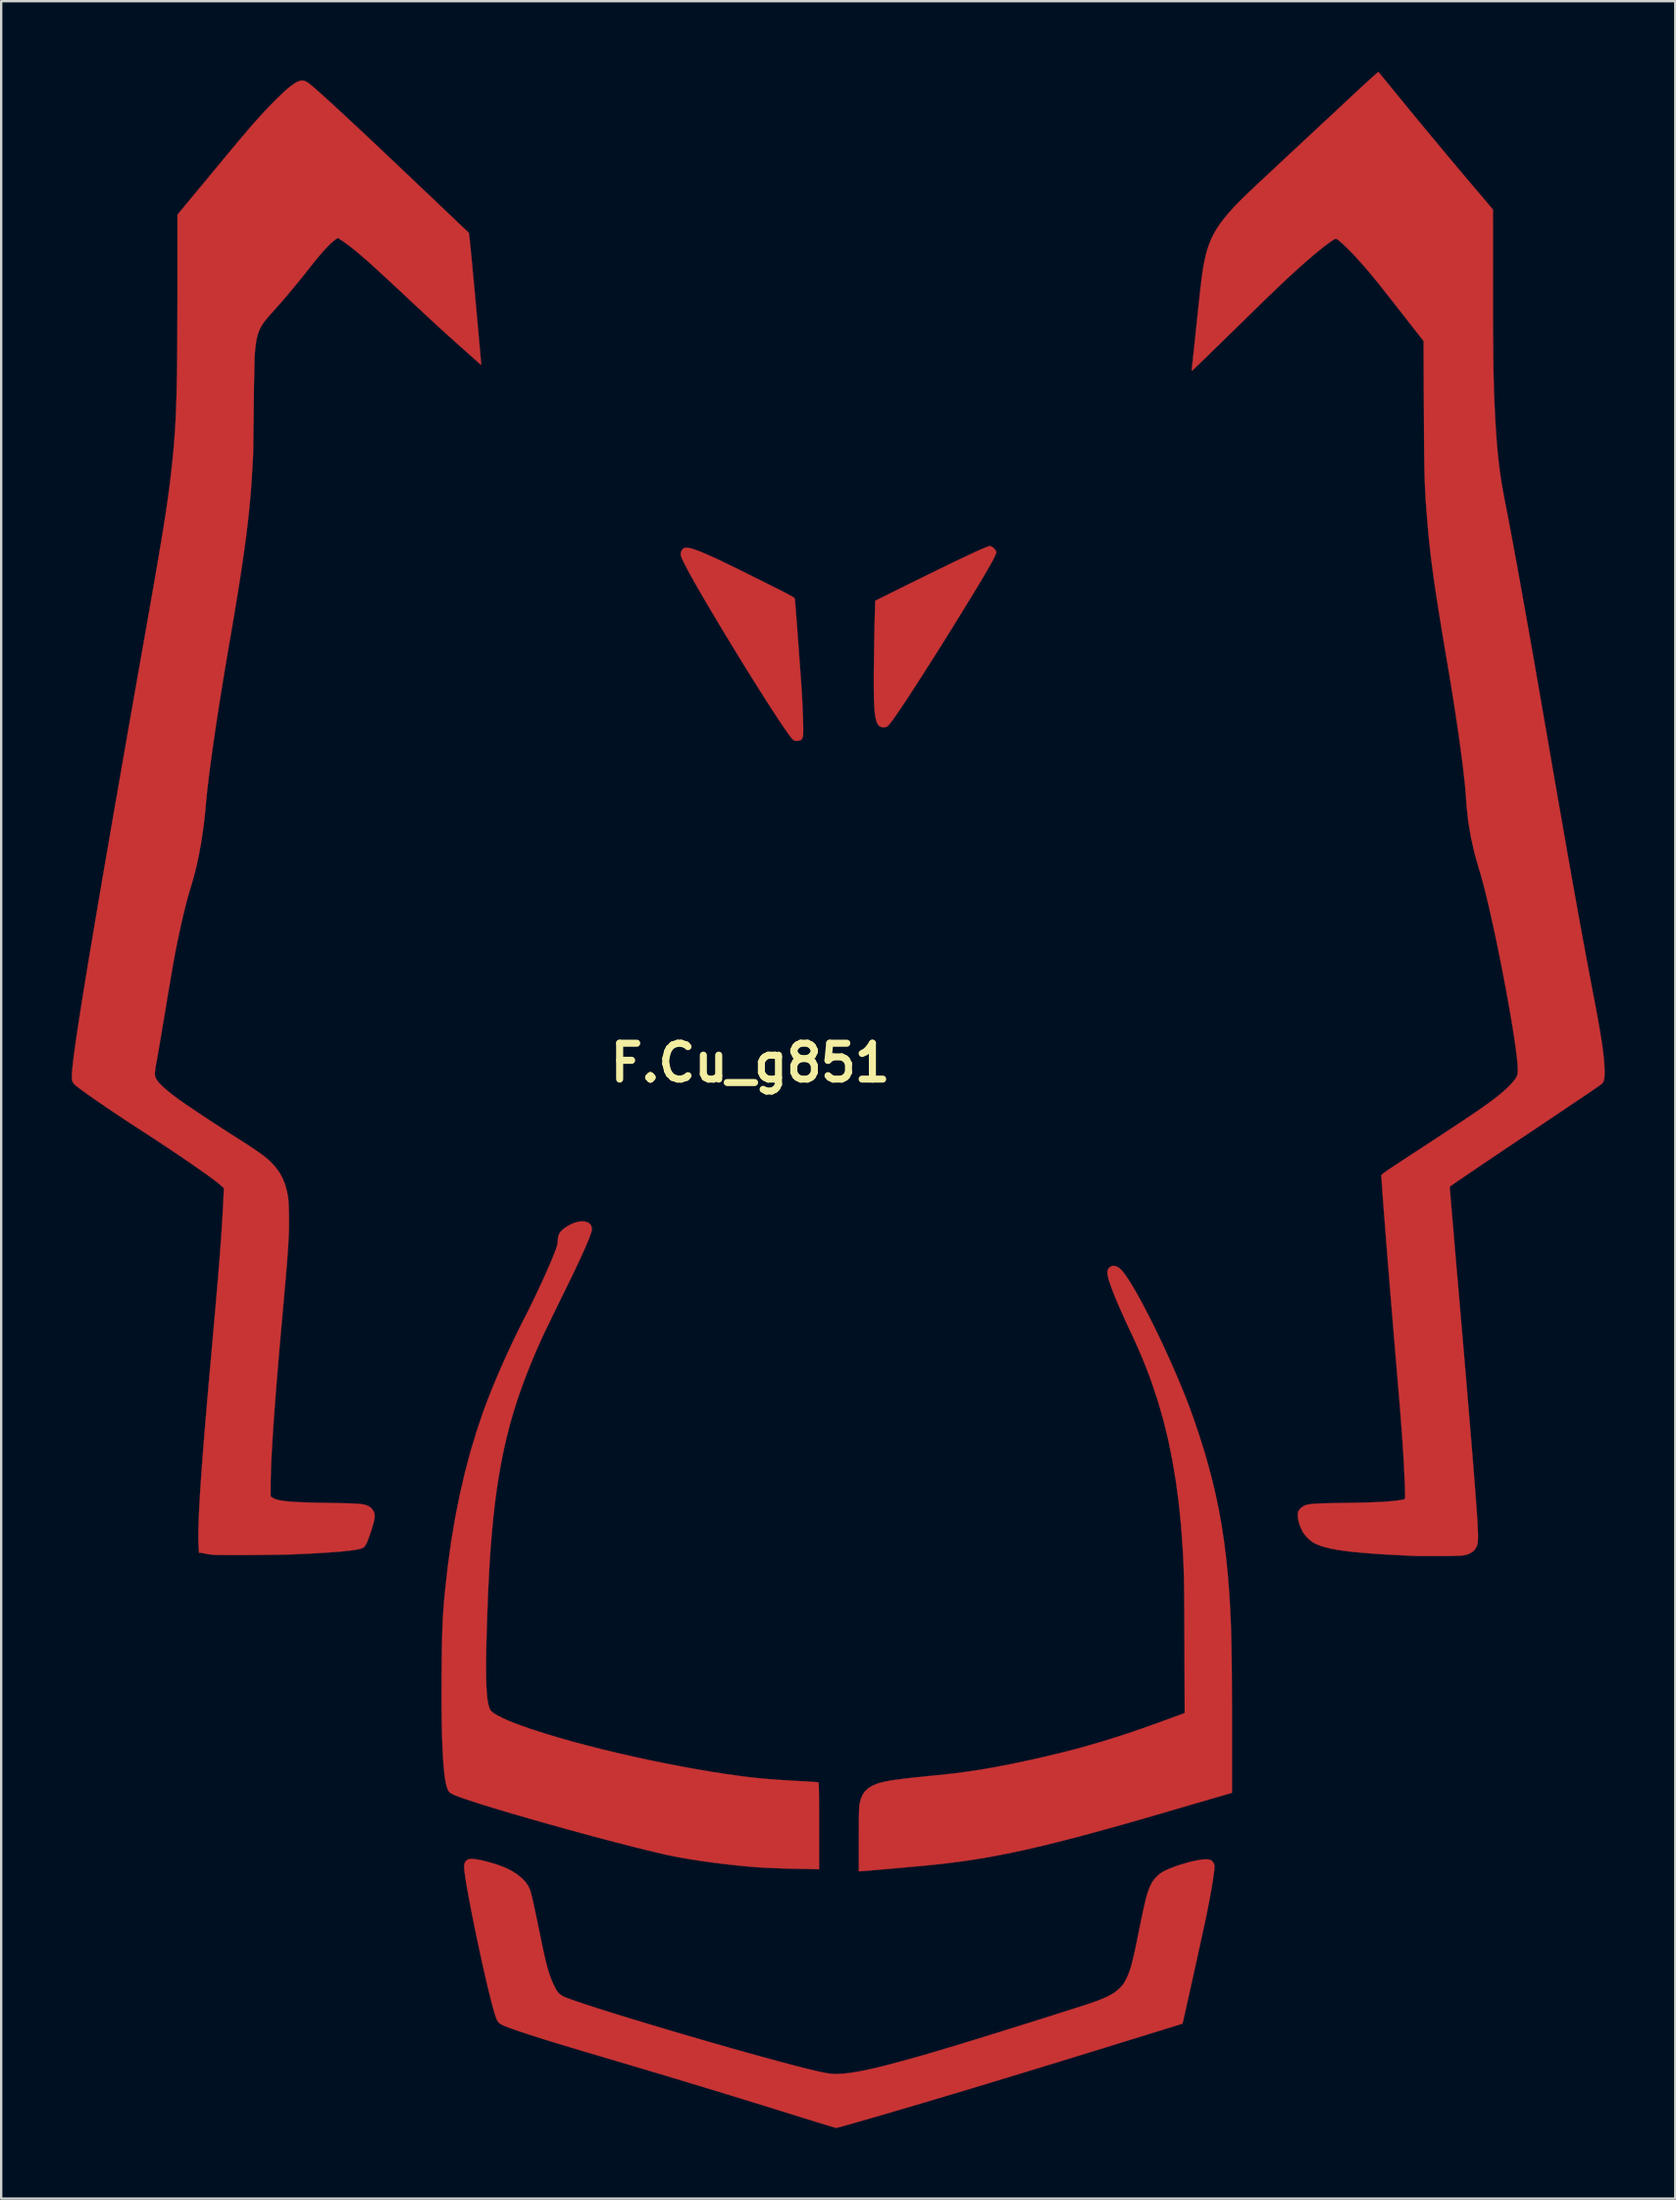
<source format=kicad_pcb>
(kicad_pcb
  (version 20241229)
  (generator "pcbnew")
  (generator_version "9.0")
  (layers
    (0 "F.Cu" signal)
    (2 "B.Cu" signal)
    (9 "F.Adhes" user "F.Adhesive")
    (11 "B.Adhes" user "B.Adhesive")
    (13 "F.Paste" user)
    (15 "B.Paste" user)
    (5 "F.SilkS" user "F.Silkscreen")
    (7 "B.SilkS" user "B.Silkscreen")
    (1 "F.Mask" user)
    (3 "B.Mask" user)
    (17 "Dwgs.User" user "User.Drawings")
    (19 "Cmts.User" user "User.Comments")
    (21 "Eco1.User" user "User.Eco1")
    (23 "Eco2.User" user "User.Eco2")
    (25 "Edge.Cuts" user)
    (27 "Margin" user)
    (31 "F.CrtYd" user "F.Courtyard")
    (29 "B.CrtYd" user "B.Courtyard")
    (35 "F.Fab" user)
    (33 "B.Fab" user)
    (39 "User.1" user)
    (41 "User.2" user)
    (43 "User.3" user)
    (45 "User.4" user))
  (footprint "F.Cu_g851"
    (layer "F.Cu")
    (at 28.834 42.09)
    (property "Reference" "F.Cu_g851" (at 0 0 0) (layer "F.SilkS") (effects (font (size 1.524 1.524) (thickness 0.3))))
    (attr through_hole)
    (fp_poly (pts (xy 10.24 -21.934) (xy 10.305 -21.892) (xy 10.369 -21.835) (xy 10.422 -21.773) (xy 10.452 -21.716) (xy 10.456 -21.693) (xy 10.447 -21.651) (xy 10.42 -21.581) (xy 10.381 -21.493) (xy 10.334 -21.396) (xy 10.333 -21.394) (xy 10.267 -21.272) (xy 10.18 -21.117) (xy 10.074 -20.932) (xy 9.949 -20.719) (xy 9.808 -20.481) (xy 9.652 -20.221) (xy 9.482 -19.941) (xy 9.301 -19.643) (xy 9.11 -19.331) (xy 8.911 -19.007) (xy 8.705 -18.674) (xy 8.493 -18.334) (xy 8.278 -17.989) (xy 8.061 -17.643) (xy 7.844 -17.299) (xy 7.628 -16.958) (xy 7.414 -16.623) (xy 7.206 -16.297) (xy 7.003 -15.983) (xy 6.933 -15.875) (xy 6.737 -15.575) (xy 6.563 -15.309) (xy 6.408 -15.077) (xy 6.273 -14.878) (xy 6.156 -14.709) (xy 6.056 -14.57) (xy 5.972 -14.459) (xy 5.904 -14.375) (xy 5.851 -14.317) (xy 5.811 -14.283) (xy 5.801 -14.278) (xy 5.703 -14.249) (xy 5.598 -14.253) (xy 5.507 -14.288) (xy 5.458 -14.327) (xy 5.416 -14.383) (xy 5.378 -14.458) (xy 5.347 -14.555) (xy 5.32 -14.675) (xy 5.298 -14.822) (xy 5.28 -14.997) (xy 5.267 -15.203) (xy 5.257 -15.442) (xy 5.251 -15.718) (xy 5.249 -16.031) (xy 5.248 -16.277) (xy 5.249 -16.431) (xy 5.25 -16.609) (xy 5.252 -16.807) (xy 5.255 -17.021) (xy 5.258 -17.247) (xy 5.262 -17.482) (xy 5.266 -17.722) (xy 5.27 -17.964) (xy 5.275 -18.202) (xy 5.279 -18.435) (xy 5.284 -18.657) (xy 5.289 -18.866) (xy 5.294 -19.057) (xy 5.298 -19.227) (xy 5.303 -19.372) (xy 5.307 -19.488) (xy 5.31 -19.572) (xy 5.313 -19.619) (xy 5.315 -19.629) (xy 5.335 -19.639) (xy 5.39 -19.666) (xy 5.477 -19.71) (xy 5.593 -19.767) (xy 5.736 -19.838) (xy 5.902 -19.92) (xy 6.088 -20.012) (xy 6.292 -20.113) (xy 6.511 -20.222) (xy 6.742 -20.336) (xy 6.795 -20.362) (xy 7.257 -20.59) (xy 7.683 -20.799) (xy 8.073 -20.99) (xy 8.428 -21.162) (xy 8.747 -21.316) (xy 9.033 -21.452) (xy 9.286 -21.572) (xy 9.506 -21.674) (xy 9.694 -21.759) (xy 9.851 -21.829) (xy 9.979 -21.882) (xy 10.076 -21.92) (xy 10.145 -21.942) (xy 10.185 -21.95) (xy 10.186 -21.95) (xy 10.24 -21.934)) (stroke (width 0.01) (type solid)) (fill yes) (layer "F.Cu"))
    (fp_poly (pts (xy -2.641 -21.877) (xy -2.505 -21.847) (xy -2.454 -21.832) (xy -2.347 -21.796) (xy -2.23 -21.753) (xy -2.099 -21.702) (xy -1.953 -21.641) (xy -1.79 -21.57) (xy -1.606 -21.488) (xy -1.401 -21.393) (xy -1.172 -21.284) (xy -0.916 -21.161) (xy -0.632 -21.023) (xy -0.318 -20.868) (xy 0.03 -20.695) (xy 0.413 -20.504) (xy 0.449 -20.486) (xy 0.716 -20.353) (xy 0.947 -20.237) (xy 1.146 -20.137) (xy 1.314 -20.052) (xy 1.455 -19.98) (xy 1.571 -19.92) (xy 1.663 -19.871) (xy 1.736 -19.832) (xy 1.791 -19.8) (xy 1.831 -19.775) (xy 1.858 -19.754) (xy 1.876 -19.738) (xy 1.886 -19.724) (xy 1.891 -19.711) (xy 1.893 -19.7) (xy 1.896 -19.669) (xy 1.902 -19.6) (xy 1.91 -19.495) (xy 1.921 -19.359) (xy 1.934 -19.194) (xy 1.949 -19.006) (xy 1.965 -18.797) (xy 1.982 -18.57) (xy 2 -18.33) (xy 2.019 -18.08) (xy 2.038 -17.823) (xy 2.057 -17.564) (xy 2.076 -17.305) (xy 2.095 -17.05) (xy 2.113 -16.803) (xy 2.13 -16.568) (xy 2.146 -16.347) (xy 2.148 -16.32) (xy 2.17 -16.002) (xy 2.19 -15.686) (xy 2.207 -15.38) (xy 2.221 -15.088) (xy 2.233 -14.818) (xy 2.241 -14.575) (xy 2.246 -14.366) (xy 2.247 -14.297) (xy 2.248 -14.151) (xy 2.247 -14.041) (xy 2.245 -13.96) (xy 2.24 -13.901) (xy 2.233 -13.858) (xy 2.222 -13.823) (xy 2.207 -13.79) (xy 2.206 -13.788) (xy 2.17 -13.73) (xy 2.131 -13.701) (xy 2.081 -13.687) (xy 1.981 -13.675) (xy 1.909 -13.677) (xy 1.855 -13.698) (xy 1.805 -13.738) (xy 1.8 -13.742) (xy 1.743 -13.807) (xy 1.666 -13.907) (xy 1.571 -14.038) (xy 1.458 -14.199) (xy 1.33 -14.387) (xy 1.187 -14.601) (xy 1.032 -14.837) (xy 0.865 -15.094) (xy 0.688 -15.37) (xy 0.503 -15.661) (xy 0.31 -15.966) (xy 0.111 -16.283) (xy -0.092 -16.609) (xy -0.299 -16.942) (xy -0.507 -17.28) (xy -0.715 -17.62) (xy -0.922 -17.96) (xy -1.127 -18.298) (xy -1.327 -18.631) (xy -1.523 -18.958) (xy -1.711 -19.275) (xy -1.892 -19.582) (xy -2.063 -19.875) (xy -2.223 -20.152) (xy -2.37 -20.411) (xy -2.504 -20.649) (xy -2.623 -20.865) (xy -2.725 -21.056) (xy -2.809 -21.219) (xy -2.828 -21.259) (xy -2.888 -21.384) (xy -2.928 -21.48) (xy -2.951 -21.555) (xy -2.957 -21.617) (xy -2.95 -21.674) (xy -2.934 -21.724) (xy -2.89 -21.805) (xy -2.829 -21.857) (xy -2.747 -21.881) (xy -2.641 -21.877)) (stroke (width 0.01) (type solid)) (fill yes) (layer "F.Cu"))
    (fp_poly (pts (xy 15.527 8.631) (xy 15.636 8.682) (xy 15.746 8.772) (xy 15.798 8.828) (xy 15.904 8.962) (xy 16.023 9.132) (xy 16.154 9.335) (xy 16.296 9.57) (xy 16.447 9.833) (xy 16.605 10.12) (xy 16.77 10.429) (xy 16.94 10.758) (xy 17.113 11.102) (xy 17.289 11.46) (xy 17.465 11.828) (xy 17.64 12.204) (xy 17.813 12.584) (xy 17.982 12.965) (xy 18.146 13.345) (xy 18.304 13.72) (xy 18.453 14.088) (xy 18.594 14.446) (xy 18.723 14.79) (xy 18.813 15.039) (xy 19.048 15.728) (xy 19.261 16.397) (xy 19.452 17.052) (xy 19.624 17.699) (xy 19.776 18.342) (xy 19.911 18.988) (xy 20.028 19.641) (xy 20.129 20.306) (xy 20.215 20.99) (xy 20.287 21.696) (xy 20.346 22.432) (xy 20.392 23.201) (xy 20.404 23.442) (xy 20.414 23.667) (xy 20.423 23.906) (xy 20.431 24.16) (xy 20.438 24.432) (xy 20.444 24.725) (xy 20.45 25.04) (xy 20.455 25.381) (xy 20.459 25.749) (xy 20.462 26.146) (xy 20.464 26.576) (xy 20.466 27.039) (xy 20.467 27.54) (xy 20.468 28.079) (xy 20.468 28.322) (xy 20.468 31) (xy 19.764 31.205) (xy 19.603 31.252) (xy 19.409 31.309) (xy 19.188 31.373) (xy 18.948 31.443) (xy 18.696 31.517) (xy 18.439 31.592) (xy 18.185 31.666) (xy 17.94 31.738) (xy 17.896 31.751) (xy 17.175 31.961) (xy 16.492 32.158) (xy 15.844 32.342) (xy 15.23 32.514) (xy 14.647 32.674) (xy 14.093 32.823) (xy 13.566 32.962) (xy 13.064 33.09) (xy 12.584 33.209) (xy 12.124 33.318) (xy 11.683 33.419) (xy 11.257 33.511) (xy 10.845 33.596) (xy 10.444 33.674) (xy 10.053 33.745) (xy 9.669 33.809) (xy 9.289 33.868) (xy 8.912 33.922) (xy 8.536 33.971) (xy 8.158 34.016) (xy 7.776 34.057) (xy 7.567 34.077) (xy 7.427 34.091) (xy 7.262 34.106) (xy 7.076 34.123) (xy 6.875 34.142) (xy 6.662 34.161) (xy 6.44 34.181) (xy 6.215 34.201) (xy 5.991 34.221) (xy 5.771 34.241) (xy 5.559 34.259) (xy 5.361 34.276) (xy 5.18 34.292) (xy 5.021 34.305) (xy 4.887 34.317) (xy 4.782 34.325) (xy 4.711 34.33) (xy 4.679 34.332) (xy 4.614 34.332) (xy 4.614 32.991) (xy 4.614 32.708) (xy 4.615 32.463) (xy 4.616 32.254) (xy 4.617 32.078) (xy 4.619 31.93) (xy 4.622 31.808) (xy 4.625 31.708) (xy 4.629 31.626) (xy 4.634 31.56) (xy 4.64 31.506) (xy 4.647 31.462) (xy 4.699 31.253) (xy 4.777 31.074) (xy 4.886 30.923) (xy 5.026 30.797) (xy 5.201 30.692) (xy 5.373 30.62) (xy 5.473 30.587) (xy 5.587 30.556) (xy 5.718 30.526) (xy 5.869 30.497) (xy 6.043 30.468) (xy 6.242 30.439) (xy 6.47 30.409) (xy 6.728 30.379) (xy 7.021 30.347) (xy 7.35 30.313) (xy 7.705 30.278) (xy 8.175 30.231) (xy 8.623 30.18) (xy 9.055 30.125) (xy 9.48 30.065) (xy 9.905 29.997) (xy 10.338 29.922) (xy 10.788 29.837) (xy 11.261 29.742) (xy 11.765 29.635) (xy 11.822 29.623) (xy 12.453 29.481) (xy 13.057 29.338) (xy 13.642 29.19) (xy 14.216 29.035) (xy 14.786 28.871) (xy 15.358 28.697) (xy 15.94 28.51) (xy 16.539 28.307) (xy 17.163 28.087) (xy 17.628 27.918) (xy 18.461 27.612) (xy 18.451 24.723) (xy 18.449 24.291) (xy 18.447 23.899) (xy 18.446 23.543) (xy 18.444 23.221) (xy 18.442 22.929) (xy 18.44 22.665) (xy 18.437 22.425) (xy 18.434 22.206) (xy 18.431 22.007) (xy 18.427 21.822) (xy 18.422 21.651) (xy 18.417 21.489) (xy 18.412 21.333) (xy 18.405 21.182) (xy 18.398 21.031) (xy 18.39 20.877) (xy 18.381 20.719) (xy 18.372 20.563) (xy 18.3 19.583) (xy 18.202 18.634) (xy 18.078 17.718) (xy 17.928 16.833) (xy 17.752 15.978) (xy 17.549 15.153) (xy 17.319 14.356) (xy 17.063 13.586) (xy 17.063 13.585) (xy 16.938 13.243) (xy 16.81 12.91) (xy 16.676 12.578) (xy 16.531 12.239) (xy 16.374 11.883) (xy 16.199 11.503) (xy 16.136 11.37) (xy 15.938 10.944) (xy 15.762 10.554) (xy 15.608 10.2) (xy 15.476 9.882) (xy 15.366 9.599) (xy 15.278 9.351) (xy 15.253 9.277) (xy 15.204 9.106) (xy 15.179 8.966) (xy 15.178 8.854) (xy 15.202 8.766) (xy 15.251 8.698) (xy 15.325 8.646) (xy 15.423 8.619) (xy 15.527 8.631)) (stroke (width 0.01) (type solid)) (fill yes) (layer "F.Cu"))
    (fp_poly (pts (xy -6.955 6.756) (xy -6.857 6.804) (xy -6.786 6.878) (xy -6.773 6.902) (xy -6.746 6.97) (xy -6.732 7.037) (xy -6.731 7.049) (xy -6.738 7.109) (xy -6.759 7.193) (xy -6.794 7.302) (xy -6.844 7.438) (xy -6.91 7.601) (xy -6.992 7.793) (xy -7.09 8.014) (xy -7.205 8.266) (xy -7.337 8.549) (xy -7.487 8.866) (xy -7.656 9.216) (xy -7.843 9.602) (xy -8.05 10.023) (xy -8.086 10.097) (xy -8.197 10.323) (xy -8.307 10.548) (xy -8.415 10.768) (xy -8.516 10.978) (xy -8.611 11.172) (xy -8.695 11.347) (xy -8.767 11.499) (xy -8.826 11.622) (xy -8.867 11.711) (xy -8.869 11.716) (xy -9.11 12.257) (xy -9.333 12.787) (xy -9.541 13.31) (xy -9.733 13.829) (xy -9.91 14.346) (xy -10.073 14.865) (xy -10.222 15.388) (xy -10.358 15.919) (xy -10.481 16.46) (xy -10.593 17.015) (xy -10.693 17.586) (xy -10.783 18.176) (xy -10.863 18.789) (xy -10.934 19.427) (xy -10.995 20.093) (xy -11.049 20.791) (xy -11.095 21.522) (xy -11.134 22.291) (xy -11.154 22.765) (xy -11.174 23.3) (xy -11.192 23.794) (xy -11.206 24.249) (xy -11.217 24.667) (xy -11.224 25.049) (xy -11.229 25.397) (xy -11.23 25.712) (xy -11.229 25.997) (xy -11.224 26.251) (xy -11.216 26.478) (xy -11.205 26.679) (xy -11.19 26.855) (xy -11.173 27.008) (xy -11.157 27.111) (xy -11.129 27.258) (xy -11.098 27.371) (xy -11.061 27.457) (xy -11.012 27.527) (xy -10.947 27.587) (xy -10.876 27.637) (xy -10.72 27.728) (xy -10.528 27.825) (xy -10.298 27.928) (xy -10.029 28.037) (xy -9.72 28.152) (xy -9.371 28.274) (xy -9.236 28.319) (xy -8.716 28.487) (xy -8.158 28.655) (xy -7.569 28.822) (xy -6.952 28.987) (xy -6.313 29.15) (xy -5.657 29.308) (xy -4.989 29.461) (xy -4.314 29.608) (xy -3.638 29.747) (xy -2.964 29.877) (xy -2.3 29.998) (xy -1.648 30.108) (xy -1.015 30.206) (xy -0.405 30.291) (xy -0.265 30.309) (xy -0.024 30.338) (xy 0.215 30.365) (xy 0.459 30.389) (xy 0.715 30.412) (xy 0.99 30.433) (xy 1.288 30.454) (xy 1.618 30.475) (xy 1.894 30.491) (xy 2.094 30.502) (xy 2.281 30.513) (xy 2.451 30.524) (xy 2.599 30.533) (xy 2.722 30.541) (xy 2.816 30.548) (xy 2.874 30.552) (xy 2.895 30.555) (xy 2.899 30.564) (xy 2.904 30.591) (xy 2.907 30.638) (xy 2.91 30.706) (xy 2.913 30.799) (xy 2.915 30.917) (xy 2.917 31.064) (xy 2.919 31.242) (xy 2.92 31.453) (xy 2.92 31.698) (xy 2.921 31.981) (xy 2.921 32.304) (xy 2.921 32.406) (xy 2.921 34.248) (xy 2.82 34.244) (xy 2.777 34.243) (xy 2.697 34.241) (xy 2.584 34.239) (xy 2.446 34.236) (xy 2.286 34.232) (xy 2.11 34.229) (xy 1.924 34.225) (xy 1.894 34.225) (xy 1.538 34.217) (xy 1.216 34.207) (xy 0.923 34.196) (xy 0.652 34.183) (xy 0.395 34.168) (xy 0.145 34.15) (xy -0.105 34.129) (xy -0.212 34.119) (xy -0.719 34.068) (xy -1.215 34.012) (xy -1.696 33.951) (xy -2.156 33.886) (xy -2.589 33.818) (xy -2.992 33.748) (xy -3.36 33.676) (xy -3.471 33.653) (xy -3.764 33.587) (xy -4.092 33.51) (xy -4.452 33.423) (xy -4.84 33.327) (xy -5.251 33.223) (xy -5.684 33.111) (xy -6.132 32.994) (xy -6.593 32.871) (xy -7.063 32.745) (xy -7.538 32.615) (xy -8.014 32.484) (xy -8.487 32.352) (xy -8.954 32.22) (xy -9.411 32.09) (xy -9.853 31.962) (xy -10.278 31.837) (xy -10.681 31.717) (xy -11.058 31.603) (xy -11.406 31.495) (xy -11.721 31.394) (xy -11.999 31.303) (xy -12.023 31.295) (xy -12.221 31.227) (xy -12.383 31.169) (xy -12.513 31.119) (xy -12.616 31.075) (xy -12.694 31.035) (xy -12.753 30.997) (xy -12.796 30.958) (xy -12.828 30.918) (xy -12.847 30.884) (xy -12.89 30.775) (xy -12.93 30.624) (xy -12.966 30.43) (xy -12.998 30.196) (xy -13.026 29.919) (xy -13.051 29.601) (xy -13.072 29.24) (xy -13.089 28.838) (xy -13.102 28.394) (xy -13.112 27.907) (xy -13.118 27.379) (xy -13.12 26.809) (xy -13.118 26.196) (xy -13.117 26.048) (xy -13.114 25.633) (xy -13.11 25.257) (xy -13.105 24.915) (xy -13.099 24.602) (xy -13.092 24.314) (xy -13.084 24.048) (xy -13.074 23.799) (xy -13.062 23.562) (xy -13.048 23.334) (xy -13.033 23.11) (xy -13.015 22.886) (xy -12.994 22.657) (xy -12.973 22.437) (xy -12.853 21.363) (xy -12.709 20.324) (xy -12.54 19.317) (xy -12.346 18.342) (xy -12.127 17.397) (xy -11.883 16.481) (xy -11.613 15.594) (xy -11.352 14.827) (xy -11.171 14.34) (xy -10.968 13.827) (xy -10.748 13.297) (xy -10.513 12.757) (xy -10.268 12.216) (xy -10.017 11.682) (xy -9.762 11.163) (xy -9.609 10.863) (xy -9.47 10.591) (xy -9.327 10.303) (xy -9.182 10.004) (xy -9.037 9.701) (xy -8.896 9.398) (xy -8.76 9.101) (xy -8.633 8.816) (xy -8.516 8.549) (xy -8.413 8.303) (xy -8.325 8.086) (xy -8.275 7.957) (xy -8.234 7.841) (xy -8.207 7.751) (xy -8.191 7.673) (xy -8.183 7.593) (xy -8.18 7.542) (xy -8.166 7.395) (xy -8.129 7.275) (xy -8.065 7.173) (xy -7.978 7.085) (xy -7.829 6.972) (xy -7.674 6.879) (xy -7.516 6.808) (xy -7.36 6.76) (xy -7.211 6.734) (xy -7.075 6.733) (xy -6.955 6.756)) (stroke (width 0.01) (type solid)) (fill yes) (layer "F.Cu"))
    (fp_poly (pts (xy -11.684 33.821) (xy -11.524 33.847) (xy -11.341 33.886) (xy -11.139 33.937) (xy -10.924 34) (xy -10.698 34.072) (xy -10.636 34.094) (xy -10.373 34.198) (xy -10.13 34.322) (xy -9.912 34.462) (xy -9.722 34.614) (xy -9.565 34.775) (xy -9.445 34.944) (xy -9.426 34.979) (xy -9.407 35.016) (xy -9.389 35.053) (xy -9.372 35.095) (xy -9.354 35.144) (xy -9.336 35.203) (xy -9.316 35.274) (xy -9.294 35.359) (xy -9.269 35.462) (xy -9.24 35.585) (xy -9.208 35.731) (xy -9.171 35.903) (xy -9.128 36.103) (xy -9.08 36.333) (xy -9.025 36.597) (xy -8.963 36.897) (xy -8.893 37.236) (xy -8.892 37.243) (xy -8.828 37.547) (xy -8.77 37.815) (xy -8.717 38.049) (xy -8.666 38.256) (xy -8.618 38.438) (xy -8.57 38.601) (xy -8.521 38.75) (xy -8.47 38.887) (xy -8.416 39.019) (xy -8.357 39.15) (xy -8.325 39.218) (xy -8.249 39.361) (xy -8.174 39.47) (xy -8.091 39.555) (xy -7.992 39.623) (xy -7.867 39.683) (xy -7.811 39.705) (xy -7.627 39.773) (xy -7.405 39.851) (xy -7.148 39.938) (xy -6.858 40.034) (xy -6.538 40.137) (xy -6.191 40.248) (xy -5.819 40.364) (xy -5.426 40.486) (xy -5.013 40.613) (xy -4.585 40.743) (xy -4.142 40.876) (xy -3.689 41.011) (xy -3.228 41.148) (xy -2.761 41.285) (xy -2.291 41.422) (xy -1.822 41.558) (xy -1.355 41.692) (xy -0.894 41.824) (xy -0.442 41.952) (xy 0.000077 42.075) (xy 0.428 42.194) (xy 0.84 42.307) (xy 1.232 42.413) (xy 1.603 42.512) (xy 1.948 42.603) (xy 2.267 42.685) (xy 2.555 42.756) (xy 2.811 42.817) (xy 2.9 42.838) (xy 3.027 42.865) (xy 3.162 42.891) (xy 3.288 42.913) (xy 3.387 42.928) (xy 3.516 42.939) (xy 3.658 42.943) (xy 3.814 42.938) (xy 3.987 42.926) (xy 4.177 42.904) (xy 4.385 42.874) (xy 4.614 42.835) (xy 4.865 42.786) (xy 5.139 42.727) (xy 5.437 42.657) (xy 5.761 42.577) (xy 6.113 42.486) (xy 6.493 42.383) (xy 6.904 42.269) (xy 7.347 42.143) (xy 7.822 42.004) (xy 8.332 41.853) (xy 8.879 41.688) (xy 9.462 41.51) (xy 9.927 41.367) (xy 10.166 41.293) (xy 10.425 41.213) (xy 10.699 41.128) (xy 10.985 41.038) (xy 11.281 40.946) (xy 11.582 40.851) (xy 11.885 40.756) (xy 12.187 40.661) (xy 12.485 40.567) (xy 12.776 40.475) (xy 13.055 40.387) (xy 13.32 40.303) (xy 13.567 40.224) (xy 13.793 40.152) (xy 13.994 40.088) (xy 14.168 40.032) (xy 14.311 39.985) (xy 14.419 39.95) (xy 14.478 39.93) (xy 14.735 39.838) (xy 14.955 39.752) (xy 15.144 39.669) (xy 15.305 39.587) (xy 15.445 39.502) (xy 15.567 39.413) (xy 15.677 39.316) (xy 15.71 39.284) (xy 15.793 39.196) (xy 15.856 39.118) (xy 15.91 39.032) (xy 15.966 38.926) (xy 15.978 38.901) (xy 16.02 38.812) (xy 16.059 38.724) (xy 16.095 38.632) (xy 16.13 38.533) (xy 16.165 38.425) (xy 16.2 38.303) (xy 16.236 38.164) (xy 16.275 38.004) (xy 16.317 37.821) (xy 16.363 37.61) (xy 16.414 37.368) (xy 16.471 37.091) (xy 16.535 36.777) (xy 16.541 36.748) (xy 16.602 36.448) (xy 16.657 36.187) (xy 16.705 35.96) (xy 16.749 35.764) (xy 16.789 35.595) (xy 16.825 35.45) (xy 16.86 35.325) (xy 16.894 35.217) (xy 16.927 35.121) (xy 16.961 35.035) (xy 16.997 34.954) (xy 17.011 34.925) (xy 17.069 34.813) (xy 17.127 34.723) (xy 17.198 34.638) (xy 17.27 34.563) (xy 17.354 34.482) (xy 17.431 34.42) (xy 17.513 34.367) (xy 17.616 34.312) (xy 17.653 34.294) (xy 17.825 34.217) (xy 18.021 34.141) (xy 18.234 34.068) (xy 18.453 34) (xy 18.671 33.94) (xy 18.88 33.891) (xy 19.069 33.854) (xy 19.231 33.833) (xy 19.267 33.831) (xy 19.403 33.827) (xy 19.506 33.838) (xy 19.582 33.865) (xy 19.639 33.911) (xy 19.683 33.979) (xy 19.688 33.99) (xy 19.708 34.033) (xy 19.72 34.071) (xy 19.725 34.115) (xy 19.723 34.174) (xy 19.716 34.259) (xy 19.709 34.329) (xy 19.688 34.499) (xy 19.658 34.707) (xy 19.619 34.949) (xy 19.572 35.222) (xy 19.516 35.523) (xy 19.454 35.847) (xy 19.389 36.174) (xy 19.37 36.265) (xy 19.343 36.388) (xy 19.311 36.541) (xy 19.272 36.719) (xy 19.229 36.92) (xy 19.181 37.14) (xy 19.129 37.377) (xy 19.074 37.627) (xy 19.017 37.886) (xy 18.958 38.152) (xy 18.899 38.422) (xy 18.839 38.692) (xy 18.78 38.96) (xy 18.722 39.221) (xy 18.666 39.473) (xy 18.612 39.713) (xy 18.562 39.937) (xy 18.516 40.143) (xy 18.475 40.326) (xy 18.439 40.485) (xy 18.409 40.615) (xy 18.386 40.713) (xy 18.371 40.777) (xy 18.364 40.803) (xy 18.364 40.804) (xy 18.343 40.811) (xy 18.286 40.829) (xy 18.195 40.857) (xy 18.075 40.895) (xy 17.928 40.941) (xy 17.759 40.993) (xy 17.571 41.051) (xy 17.367 41.114) (xy 17.186 41.17) (xy 16.922 41.251) (xy 16.631 41.341) (xy 16.321 41.437) (xy 16.004 41.534) (xy 15.689 41.631) (xy 15.386 41.725) (xy 15.105 41.811) (xy 14.891 41.878) (xy 14.265 42.07) (xy 13.671 42.253) (xy 13.099 42.429) (xy 12.539 42.6) (xy 11.984 42.77) (xy 11.423 42.941) (xy 10.847 43.116) (xy 10.248 43.298) (xy 10.054 43.357) (xy 9.72 43.458) (xy 9.374 43.563) (xy 9.02 43.669) (xy 8.66 43.777) (xy 8.295 43.886) (xy 7.928 43.995) (xy 7.562 44.104) (xy 7.199 44.211) (xy 6.841 44.317) (xy 6.49 44.42) (xy 6.149 44.52) (xy 5.82 44.617) (xy 5.505 44.709) (xy 5.207 44.795) (xy 4.928 44.876) (xy 4.67 44.95) (xy 4.436 45.017) (xy 4.228 45.077) (xy 4.047 45.127) (xy 3.898 45.169) (xy 3.781 45.2) (xy 3.699 45.221) (xy 3.655 45.231) (xy 3.648 45.232) (xy 3.622 45.225) (xy 3.558 45.207) (xy 3.461 45.178) (xy 3.334 45.14) (xy 3.181 45.094) (xy 3.004 45.039) (xy 2.807 44.979) (xy 2.594 44.913) (xy 2.368 44.843) (xy 2.254 44.808) (xy 1.361 44.53) (xy 0.5 44.263) (xy -0.334 44.006) (xy -1.15 43.756) (xy -1.954 43.511) (xy -2.753 43.269) (xy -3.555 43.027) (xy -4.366 42.785) (xy -5.193 42.538) (xy -6.044 42.286) (xy -6.418 42.176) (xy -6.97 42.013) (xy -7.481 41.86) (xy -7.952 41.718) (xy -8.384 41.587) (xy -8.777 41.465) (xy -9.131 41.354) (xy -9.447 41.252) (xy -9.725 41.161) (xy -9.965 41.079) (xy -10.169 41.007) (xy -10.337 40.944) (xy -10.468 40.89) (xy -10.535 40.86) (xy -10.61 40.821) (xy -10.67 40.779) (xy -10.718 40.728) (xy -10.759 40.661) (xy -10.798 40.571) (xy -10.839 40.45) (xy -10.869 40.354) (xy -10.922 40.171) (xy -10.981 39.953) (xy -11.045 39.702) (xy -11.114 39.425) (xy -11.186 39.123) (xy -11.261 38.802) (xy -11.338 38.464) (xy -11.416 38.115) (xy -11.494 37.757) (xy -11.572 37.395) (xy -11.648 37.033) (xy -11.722 36.674) (xy -11.793 36.323) (xy -11.861 35.983) (xy -11.923 35.658) (xy -11.98 35.353) (xy -12.031 35.071) (xy -12.075 34.815) (xy -12.11 34.591) (xy -12.137 34.401) (xy -12.149 34.304) (xy -12.159 34.159) (xy -12.154 34.046) (xy -12.129 33.961) (xy -12.084 33.895) (xy -12.016 33.843) (xy -11.987 33.827) (xy -11.92 33.81) (xy -11.817 33.808) (xy -11.684 33.821)) (stroke (width 0.01) (type solid)) (fill yes) (layer "F.Cu"))
    (fp_poly (pts (xy -18.926 -41.697) (xy -18.833 -41.649) (xy -18.732 -41.577) (xy -18.727 -41.574) (xy -18.635 -41.498) (xy -18.523 -41.403) (xy -18.391 -41.288) (xy -18.239 -41.153) (xy -18.066 -40.998) (xy -17.871 -40.821) (xy -17.654 -40.622) (xy -17.414 -40.401) (xy -17.149 -40.156) (xy -16.861 -39.887) (xy -16.547 -39.593) (xy -16.207 -39.275) (xy -15.841 -38.93) (xy -15.448 -38.559) (xy -15.027 -38.161) (xy -14.577 -37.735) (xy -14.098 -37.281) (xy -13.758 -36.957) (xy -13.527 -36.738) (xy -13.305 -36.527) (xy -13.093 -36.326) (xy -12.893 -36.136) (xy -12.707 -35.96) (xy -12.538 -35.799) (xy -12.387 -35.655) (xy -12.255 -35.531) (xy -12.146 -35.427) (xy -12.061 -35.346) (xy -12.001 -35.29) (xy -11.97 -35.26) (xy -11.965 -35.256) (xy -11.959 -35.23) (xy -11.95 -35.163) (xy -11.937 -35.054) (xy -11.92 -34.904) (xy -11.9 -34.712) (xy -11.877 -34.478) (xy -11.85 -34.203) (xy -11.819 -33.888) (xy -11.786 -33.532) (xy -11.749 -33.135) (xy -11.708 -32.697) (xy -11.685 -32.44) (xy -11.654 -32.1) (xy -11.624 -31.773) (xy -11.595 -31.459) (xy -11.569 -31.162) (xy -11.544 -30.885) (xy -11.521 -30.628) (xy -11.5 -30.396) (xy -11.482 -30.191) (xy -11.466 -30.014) (xy -11.453 -29.869) (xy -11.444 -29.758) (xy -11.438 -29.682) (xy -11.435 -29.646) (xy -11.435 -29.643) (xy -11.452 -29.656) (xy -11.499 -29.695) (xy -11.574 -29.761) (xy -11.676 -29.851) (xy -11.804 -29.963) (xy -11.955 -30.098) (xy -12.128 -30.252) (xy -12.322 -30.426) (xy -12.536 -30.617) (xy -12.767 -30.825) (xy -12.805 -30.859) (xy -13.024 -31.057) (xy -13.262 -31.274) (xy -13.522 -31.513) (xy -13.806 -31.775) (xy -14.114 -32.062) (xy -14.45 -32.375) (xy -14.752 -32.659) (xy -15.072 -32.959) (xy -15.365 -33.231) (xy -15.631 -33.477) (xy -15.873 -33.699) (xy -16.093 -33.898) (xy -16.293 -34.076) (xy -16.476 -34.235) (xy -16.642 -34.377) (xy -16.794 -34.504) (xy -16.935 -34.616) (xy -17.066 -34.717) (xy -17.189 -34.808) (xy -17.306 -34.89) (xy -17.351 -34.92) (xy -17.525 -35.037) (xy -17.614 -34.978) (xy -17.726 -34.893) (xy -17.857 -34.775) (xy -18.007 -34.623) (xy -18.177 -34.437) (xy -18.366 -34.216) (xy -18.576 -33.96) (xy -18.775 -33.708) (xy -18.921 -33.523) (xy -19.082 -33.323) (xy -19.252 -33.113) (xy -19.427 -32.901) (xy -19.599 -32.695) (xy -19.763 -32.5) (xy -19.914 -32.324) (xy -20.046 -32.175) (xy -20.058 -32.161) (xy -20.153 -32.054) (xy -20.259 -31.936) (xy -20.363 -31.82) (xy -20.452 -31.721) (xy -20.453 -31.72) (xy -20.584 -31.567) (xy -20.693 -31.422) (xy -20.784 -31.279) (xy -20.858 -31.132) (xy -20.918 -30.974) (xy -20.965 -30.801) (xy -21.003 -30.605) (xy -21.032 -30.38) (xy -21.055 -30.122) (xy -21.061 -30.035) (xy -21.065 -29.965) (xy -21.069 -29.857) (xy -21.073 -29.713) (xy -21.077 -29.538) (xy -21.081 -29.335) (xy -21.085 -29.108) (xy -21.09 -28.861) (xy -21.094 -28.597) (xy -21.097 -28.32) (xy -21.101 -28.033) (xy -21.104 -27.76) (xy -21.107 -27.474) (xy -21.11 -27.197) (xy -21.113 -26.934) (xy -21.116 -26.687) (xy -21.119 -26.459) (xy -21.122 -26.255) (xy -21.125 -26.076) (xy -21.128 -25.927) (xy -21.13 -25.81) (xy -21.132 -25.729) (xy -21.134 -25.687) (xy -21.134 -25.686) (xy -21.139 -25.624) (xy -21.145 -25.53) (xy -21.152 -25.411) (xy -21.16 -25.278) (xy -21.167 -25.139) (xy -21.168 -25.135) (xy -21.189 -24.764) (xy -21.216 -24.388) (xy -21.247 -24.005) (xy -21.283 -23.613) (xy -21.325 -23.207) (xy -21.373 -22.787) (xy -21.428 -22.349) (xy -21.489 -21.89) (xy -21.557 -21.407) (xy -21.632 -20.899) (xy -21.715 -20.361) (xy -21.807 -19.793) (xy -21.906 -19.19) (xy -22.015 -18.55) (xy -22.087 -18.129) (xy -22.206 -17.44) (xy -22.319 -16.768) (xy -22.426 -16.117) (xy -22.528 -15.487) (xy -22.623 -14.881) (xy -22.711 -14.3) (xy -22.793 -13.747) (xy -22.868 -13.222) (xy -22.935 -12.729) (xy -22.995 -12.268) (xy -23.047 -11.841) (xy -23.091 -11.452) (xy -23.126 -11.1) (xy -23.146 -10.88) (xy -23.196 -10.36) (xy -23.262 -9.84) (xy -23.341 -9.329) (xy -23.432 -8.832) (xy -23.534 -8.355) (xy -23.647 -7.907) (xy -23.767 -7.493) (xy -23.778 -7.459) (xy -23.851 -7.22) (xy -23.928 -6.944) (xy -24.009 -6.634) (xy -24.092 -6.295) (xy -24.176 -5.932) (xy -24.261 -5.548) (xy -24.346 -5.148) (xy -24.424 -4.76) (xy -24.444 -4.655) (xy -24.47 -4.513) (xy -24.502 -4.337) (xy -24.538 -4.132) (xy -24.578 -3.903) (xy -24.621 -3.653) (xy -24.666 -3.387) (xy -24.713 -3.108) (xy -24.762 -2.822) (xy -24.81 -2.533) (xy -24.838 -2.368) (xy -24.885 -2.08) (xy -24.933 -1.796) (xy -24.98 -1.517) (xy -25.025 -1.25) (xy -25.067 -0.997) (xy -25.107 -0.763) (xy -25.143 -0.552) (xy -25.175 -0.368) (xy -25.201 -0.215) (xy -25.222 -0.097) (xy -25.232 -0.044) (xy -25.262 0.122) (xy -25.283 0.254) (xy -25.297 0.356) (xy -25.303 0.437) (xy -25.302 0.502) (xy -25.293 0.558) (xy -25.277 0.611) (xy -25.253 0.668) (xy -25.253 0.669) (xy -25.198 0.761) (xy -25.108 0.87) (xy -24.983 0.996) (xy -24.825 1.137) (xy -24.636 1.292) (xy -24.417 1.459) (xy -24.278 1.56) (xy -24.166 1.64) (xy -24.023 1.738) (xy -23.855 1.853) (xy -23.666 1.98) (xy -23.462 2.117) (xy -23.249 2.259) (xy -23.03 2.403) (xy -22.812 2.547) (xy -22.599 2.686) (xy -22.397 2.817) (xy -22.211 2.937) (xy -22.087 3.015) (xy -21.814 3.189) (xy -21.574 3.342) (xy -21.363 3.478) (xy -21.181 3.599) (xy -21.022 3.705) (xy -20.885 3.8) (xy -20.766 3.886) (xy -20.662 3.964) (xy -20.571 4.037) (xy -20.489 4.107) (xy -20.414 4.175) (xy -20.395 4.193) (xy -20.191 4.409) (xy -20.021 4.638) (xy -19.883 4.884) (xy -19.774 5.153) (xy -19.692 5.451) (xy -19.661 5.602) (xy -19.646 5.692) (xy -19.635 5.785) (xy -19.625 5.888) (xy -19.618 6.007) (xy -19.613 6.15) (xy -19.608 6.324) (xy -19.606 6.44) (xy -19.604 6.582) (xy -19.603 6.721) (xy -19.603 6.859) (xy -19.605 6.999) (xy -19.608 7.144) (xy -19.613 7.297) (xy -19.621 7.459) (xy -19.63 7.635) (xy -19.642 7.826) (xy -19.656 8.035) (xy -19.673 8.266) (xy -19.693 8.52) (xy -19.716 8.8) (xy -19.742 9.109) (xy -19.772 9.45) (xy -19.805 9.826) (xy -19.841 10.239) (xy -19.876 10.622) (xy -19.944 11.389) (xy -20.008 12.114) (xy -20.066 12.799) (xy -20.119 13.443) (xy -20.167 14.048) (xy -20.211 14.614) (xy -20.249 15.141) (xy -20.282 15.631) (xy -20.311 16.083) (xy -20.335 16.498) (xy -20.354 16.878) (xy -20.368 17.222) (xy -20.378 17.531) (xy -20.383 17.806) (xy -20.384 17.952) (xy -20.384 18.412) (xy -20.325 18.453) (xy -20.268 18.489) (xy -20.2 18.52) (xy -20.119 18.548) (xy -20.021 18.573) (xy -19.905 18.594) (xy -19.767 18.613) (xy -19.606 18.629) (xy -19.418 18.643) (xy -19.201 18.656) (xy -18.953 18.666) (xy -18.67 18.675) (xy -18.351 18.682) (xy -17.993 18.689) (xy -17.917 18.69) (xy -17.629 18.695) (xy -17.38 18.7) (xy -17.166 18.705) (xy -16.985 18.71) (xy -16.832 18.717) (xy -16.704 18.724) (xy -16.598 18.733) (xy -16.51 18.743) (xy -16.437 18.755) (xy -16.375 18.769) (xy -16.321 18.786) (xy -16.272 18.805) (xy -16.247 18.816) (xy -16.127 18.891) (xy -16.037 18.993) (xy -15.98 19.114) (xy -15.96 19.243) (xy -15.969 19.34) (xy -15.996 19.473) (xy -16.04 19.641) (xy -16.102 19.843) (xy -16.179 20.074) (xy -16.236 20.231) (xy -16.284 20.353) (xy -16.327 20.445) (xy -16.369 20.512) (xy -16.411 20.56) (xy -16.457 20.593) (xy -16.48 20.605) (xy -16.563 20.635) (xy -16.685 20.663) (xy -16.847 20.69) (xy -17.049 20.717) (xy -17.292 20.743) (xy -17.576 20.768) (xy -17.901 20.792) (xy -18.267 20.815) (xy -18.676 20.838) (xy -19.125 20.86) (xy -19.367 20.871) (xy -19.501 20.876) (xy -19.666 20.881) (xy -19.857 20.885) (xy -20.069 20.889) (xy -20.299 20.892) (xy -20.542 20.895) (xy -20.793 20.898) (xy -21.048 20.9) (xy -21.303 20.902) (xy -21.552 20.903) (xy -21.792 20.903) (xy -22.018 20.903) (xy -22.226 20.902) (xy -22.41 20.901) (xy -22.567 20.899) (xy -22.692 20.896) (xy -22.781 20.893) (xy -22.802 20.891) (xy -22.916 20.881) (xy -23.029 20.867) (xy -23.126 20.851) (xy -23.179 20.84) (xy -23.258 20.822) (xy -23.33 20.81) (xy -23.368 20.807) (xy -23.427 20.807) (xy -23.443 20.537) (xy -23.45 20.388) (xy -23.453 20.219) (xy -23.454 20.03) (xy -23.451 19.818) (xy -23.445 19.583) (xy -23.436 19.323) (xy -23.423 19.039) (xy -23.407 18.727) (xy -23.388 18.388) (xy -23.365 18.02) (xy -23.338 17.622) (xy -23.307 17.193) (xy -23.272 16.733) (xy -23.234 16.238) (xy -23.191 15.71) (xy -23.145 15.146) (xy -23.094 14.546) (xy -23.039 13.907) (xy -22.98 13.23) (xy -22.916 12.514) (xy -22.849 11.769) (xy -22.796 11.175) (xy -22.747 10.622) (xy -22.702 10.105) (xy -22.66 9.623) (xy -22.622 9.173) (xy -22.587 8.752) (xy -22.556 8.358) (xy -22.527 7.988) (xy -22.501 7.64) (xy -22.478 7.311) (xy -22.457 6.998) (xy -22.438 6.699) (xy -22.421 6.412) (xy -22.406 6.134) (xy -22.393 5.862) (xy -22.383 5.64) (xy -22.369 5.321) (xy -22.478 5.222) (xy -22.591 5.126) (xy -22.74 5.009) (xy -22.924 4.871) (xy -23.143 4.711) (xy -23.396 4.532) (xy -23.683 4.332) (xy -24.004 4.113) (xy -24.358 3.874) (xy -24.745 3.615) (xy -25.163 3.338) (xy -25.614 3.043) (xy -26.095 2.729) (xy -26.175 2.678) (xy -26.436 2.507) (xy -26.697 2.335) (xy -26.955 2.164) (xy -27.205 1.996) (xy -27.447 1.832) (xy -27.676 1.675) (xy -27.891 1.527) (xy -28.087 1.389) (xy -28.263 1.264) (xy -28.415 1.154) (xy -28.54 1.06) (xy -28.636 0.986) (xy -28.699 0.931) (xy -28.706 0.925) (xy -28.76 0.867) (xy -28.796 0.812) (xy -28.817 0.749) (xy -28.827 0.665) (xy -28.829 0.554) (xy -28.826 0.465) (xy -28.819 0.351) (xy -28.806 0.211) (xy -28.788 0.045) (xy -28.765 -0.149) (xy -28.737 -0.369) (xy -28.703 -0.618) (xy -28.664 -0.895) (xy -28.62 -1.202) (xy -28.569 -1.537) (xy -28.513 -1.903) (xy -28.451 -2.299) (xy -28.383 -2.727) (xy -28.309 -3.185) (xy -28.229 -3.676) (xy -28.143 -4.2) (xy -28.05 -4.757) (xy -27.951 -5.347) (xy -27.846 -5.972) (xy -27.734 -6.631) (xy -27.616 -7.325) (xy -27.491 -8.055) (xy -27.359 -8.821) (xy -27.22 -9.624) (xy -27.075 -10.465) (xy -26.922 -11.343) (xy -26.762 -12.259) (xy -26.595 -13.214) (xy -26.421 -14.209) (xy -26.239 -15.243) (xy -26.05 -16.317) (xy -25.853 -17.433) (xy -25.758 -17.971) (xy -25.652 -18.571) (xy -25.553 -19.133) (xy -25.462 -19.656) (xy -25.376 -20.144) (xy -25.297 -20.599) (xy -25.224 -21.022) (xy -25.157 -21.416) (xy -25.095 -21.783) (xy -25.038 -22.124) (xy -24.985 -22.442) (xy -24.937 -22.738) (xy -24.893 -23.016) (xy -24.852 -23.276) (xy -24.815 -23.522) (xy -24.781 -23.754) (xy -24.749 -23.975) (xy -24.72 -24.187) (xy -24.693 -24.393) (xy -24.667 -24.593) (xy -24.643 -24.791) (xy -24.62 -24.988) (xy -24.597 -25.186) (xy -24.586 -25.284) (xy -24.559 -25.535) (xy -24.535 -25.782) (xy -24.512 -26.026) (xy -24.49 -26.269) (xy -24.471 -26.514) (xy -24.453 -26.763) (xy -24.437 -27.019) (xy -24.422 -27.283) (xy -24.409 -27.558) (xy -24.398 -27.846) (xy -24.387 -28.15) (xy -24.378 -28.471) (xy -24.371 -28.812) (xy -24.364 -29.176) (xy -24.358 -29.564) (xy -24.353 -29.978) (xy -24.35 -30.422) (xy -24.347 -30.897) (xy -24.345 -31.405) (xy -24.343 -31.95) (xy -24.342 -32.532) (xy -24.342 -33.066) (xy -24.342 -36.022) (xy -22.994 -37.648) (xy -22.743 -37.952) (xy -22.516 -38.225) (xy -22.313 -38.47) (xy -22.13 -38.689) (xy -21.967 -38.885) (xy -21.82 -39.061) (xy -21.688 -39.218) (xy -21.569 -39.359) (xy -21.461 -39.486) (xy -21.362 -39.602) (xy -21.27 -39.709) (xy -21.183 -39.81) (xy -21.098 -39.906) (xy -21.015 -40) (xy -20.93 -40.095) (xy -20.85 -40.185) (xy -20.719 -40.328) (xy -20.576 -40.48) (xy -20.425 -40.637) (xy -20.271 -40.794) (xy -20.12 -40.945) (xy -19.976 -41.085) (xy -19.844 -41.211) (xy -19.73 -41.316) (xy -19.638 -41.395) (xy -19.621 -41.409) (xy -19.464 -41.53) (xy -19.33 -41.62) (xy -19.215 -41.681) (xy -19.112 -41.714) (xy -19.018 -41.719) (xy -18.926 -41.697)) (stroke (width 0.01) (type solid)) (fill yes) (layer "F.Cu"))
    (fp_poly (pts (xy 26.707 -42.066) (xy 26.747 -42.017) (xy 26.809 -41.942) (xy 26.891 -41.842) (xy 26.991 -41.72) (xy 27.105 -41.58) (xy 27.232 -41.425) (xy 27.37 -41.257) (xy 27.515 -41.079) (xy 27.528 -41.063) (xy 28.219 -40.222) (xy 28.896 -39.403) (xy 29.571 -38.594) (xy 30.253 -37.781) (xy 30.68 -37.276) (xy 31.559 -36.238) (xy 31.56 -33.163) (xy 31.56 -32.632) (xy 31.56 -32.141) (xy 31.561 -31.687) (xy 31.563 -31.267) (xy 31.564 -30.878) (xy 31.567 -30.519) (xy 31.57 -30.186) (xy 31.573 -29.876) (xy 31.577 -29.588) (xy 31.582 -29.317) (xy 31.587 -29.063) (xy 31.594 -28.821) (xy 31.6 -28.59) (xy 31.608 -28.366) (xy 31.617 -28.147) (xy 31.626 -27.931) (xy 31.634 -27.76) (xy 31.659 -27.288) (xy 31.685 -26.852) (xy 31.714 -26.448) (xy 31.745 -26.07) (xy 31.78 -25.712) (xy 31.82 -25.37) (xy 31.863 -25.036) (xy 31.913 -24.707) (xy 31.968 -24.377) (xy 32.03 -24.039) (xy 32.067 -23.844) (xy 32.14 -23.474) (xy 32.217 -23.076) (xy 32.298 -22.648) (xy 32.384 -22.191) (xy 32.474 -21.703) (xy 32.57 -21.184) (xy 32.67 -20.632) (xy 32.776 -20.046) (xy 32.887 -19.426) (xy 33.003 -18.771) (xy 33.125 -18.08) (xy 33.254 -17.351) (xy 33.388 -16.585) (xy 33.528 -15.779) (xy 33.675 -14.934) (xy 33.828 -14.048) (xy 33.856 -13.885) (xy 34.012 -12.985) (xy 34.161 -12.125) (xy 34.304 -11.303) (xy 34.441 -10.518) (xy 34.572 -9.768) (xy 34.698 -9.052) (xy 34.819 -8.369) (xy 34.935 -7.715) (xy 35.047 -7.09) (xy 35.154 -6.493) (xy 35.258 -5.921) (xy 35.358 -5.373) (xy 35.455 -4.847) (xy 35.549 -4.342) (xy 35.64 -3.856) (xy 35.728 -3.387) (xy 35.815 -2.934) (xy 35.856 -2.72) (xy 35.939 -2.284) (xy 36.013 -1.886) (xy 36.077 -1.525) (xy 36.132 -1.197) (xy 36.179 -0.9) (xy 36.217 -0.632) (xy 36.248 -0.389) (xy 36.272 -0.17) (xy 36.288 0.028) (xy 36.298 0.208) (xy 36.301 0.373) (xy 36.301 0.379) (xy 36.299 0.53) (xy 36.291 0.646) (xy 36.275 0.734) (xy 36.251 0.801) (xy 36.217 0.854) (xy 36.192 0.882) (xy 36.173 0.898) (xy 36.139 0.923) (xy 36.089 0.96) (xy 36.021 1.007) (xy 35.935 1.067) (xy 35.829 1.14) (xy 35.702 1.227) (xy 35.553 1.328) (xy 35.38 1.445) (xy 35.182 1.578) (xy 34.959 1.728) (xy 34.708 1.897) (xy 34.429 2.084) (xy 34.121 2.291) (xy 33.782 2.518) (xy 33.41 2.766) (xy 33.006 3.037) (xy 32.724 3.225) (xy 32.441 3.414) (xy 32.16 3.602) (xy 31.884 3.787) (xy 31.615 3.968) (xy 31.354 4.144) (xy 31.105 4.312) (xy 30.869 4.472) (xy 30.649 4.621) (xy 30.446 4.758) (xy 30.264 4.882) (xy 30.104 4.992) (xy 29.969 5.084) (xy 29.861 5.159) (xy 29.782 5.215) (xy 29.735 5.249) (xy 29.722 5.259) (xy 29.722 5.265) (xy 29.722 5.281) (xy 29.724 5.309) (xy 29.727 5.35) (xy 29.731 5.405) (xy 29.737 5.476) (xy 29.744 5.564) (xy 29.753 5.671) (xy 29.763 5.797) (xy 29.776 5.944) (xy 29.79 6.114) (xy 29.806 6.307) (xy 29.825 6.526) (xy 29.846 6.77) (xy 29.869 7.043) (xy 29.895 7.344) (xy 29.923 7.676) (xy 29.954 8.039) (xy 29.988 8.436) (xy 30.025 8.866) (xy 30.066 9.332) (xy 30.109 9.836) (xy 30.155 10.377) (xy 30.206 10.958) (xy 30.257 11.557) (xy 30.303 12.086) (xy 30.349 12.625) (xy 30.395 13.168) (xy 30.441 13.711) (xy 30.486 14.248) (xy 30.53 14.774) (xy 30.572 15.285) (xy 30.613 15.774) (xy 30.651 16.238) (xy 30.686 16.67) (xy 30.718 17.066) (xy 30.722 17.124) (xy 30.757 17.557) (xy 30.788 17.951) (xy 30.815 18.306) (xy 30.84 18.626) (xy 30.861 18.912) (xy 30.878 19.166) (xy 30.893 19.391) (xy 30.904 19.588) (xy 30.913 19.76) (xy 30.919 19.909) (xy 30.922 20.037) (xy 30.923 20.146) (xy 30.92 20.238) (xy 30.916 20.315) (xy 30.909 20.38) (xy 30.9 20.434) (xy 30.888 20.48) (xy 30.874 20.52) (xy 30.865 20.542) (xy 30.794 20.664) (xy 30.703 20.756) (xy 30.599 20.821) (xy 30.543 20.848) (xy 30.489 20.871) (xy 30.431 20.89) (xy 30.366 20.905) (xy 30.29 20.917) (xy 30.197 20.926) (xy 30.084 20.932) (xy 29.946 20.937) (xy 29.78 20.941) (xy 29.58 20.943) (xy 29.342 20.944) (xy 29.326 20.944) (xy 29.13 20.945) (xy 28.941 20.945) (xy 28.766 20.945) (xy 28.609 20.945) (xy 28.477 20.944) (xy 28.374 20.944) (xy 28.305 20.942) (xy 28.289 20.942) (xy 27.932 20.925) (xy 27.613 20.91) (xy 27.326 20.895) (xy 27.067 20.881) (xy 26.831 20.867) (xy 26.613 20.853) (xy 26.408 20.838) (xy 26.211 20.823) (xy 26.018 20.807) (xy 25.887 20.795) (xy 25.522 20.759) (xy 25.197 20.719) (xy 24.909 20.674) (xy 24.655 20.626) (xy 24.432 20.572) (xy 24.239 20.512) (xy 24.072 20.446) (xy 23.928 20.373) (xy 23.907 20.361) (xy 23.796 20.28) (xy 23.681 20.173) (xy 23.573 20.053) (xy 23.486 19.932) (xy 23.459 19.885) (xy 23.382 19.72) (xy 23.322 19.554) (xy 23.283 19.395) (xy 23.265 19.25) (xy 23.269 19.126) (xy 23.291 19.044) (xy 23.345 18.96) (xy 23.426 18.88) (xy 23.521 18.818) (xy 23.548 18.805) (xy 23.596 18.787) (xy 23.647 18.771) (xy 23.705 18.757) (xy 23.773 18.745) (xy 23.855 18.735) (xy 23.954 18.726) (xy 24.073 18.719) (xy 24.216 18.712) (xy 24.387 18.707) (xy 24.588 18.702) (xy 24.823 18.697) (xy 25.097 18.693) (xy 25.209 18.691) (xy 25.568 18.685) (xy 25.887 18.679) (xy 26.172 18.672) (xy 26.425 18.664) (xy 26.65 18.655) (xy 26.851 18.645) (xy 27.031 18.633) (xy 27.194 18.62) (xy 27.344 18.605) (xy 27.484 18.588) (xy 27.618 18.569) (xy 27.669 18.561) (xy 27.752 18.545) (xy 27.801 18.526) (xy 27.823 18.502) (xy 27.824 18.5) (xy 27.827 18.466) (xy 27.827 18.394) (xy 27.826 18.289) (xy 27.823 18.155) (xy 27.818 17.996) (xy 27.811 17.817) (xy 27.803 17.622) (xy 27.793 17.416) (xy 27.783 17.203) (xy 27.772 16.987) (xy 27.759 16.773) (xy 27.749 16.595) (xy 27.736 16.392) (xy 27.723 16.196) (xy 27.71 16.004) (xy 27.697 15.811) (xy 27.683 15.614) (xy 27.667 15.409) (xy 27.651 15.192) (xy 27.633 14.96) (xy 27.613 14.71) (xy 27.59 14.436) (xy 27.566 14.137) (xy 27.538 13.807) (xy 27.508 13.443) (xy 27.474 13.043) (xy 27.463 12.922) (xy 27.424 12.452) (xy 27.384 11.978) (xy 27.344 11.502) (xy 27.305 11.028) (xy 27.266 10.556) (xy 27.227 10.088) (xy 27.189 9.628) (xy 27.153 9.176) (xy 27.117 8.735) (xy 27.082 8.307) (xy 27.049 7.893) (xy 27.018 7.497) (xy 26.988 7.119) (xy 26.96 6.761) (xy 26.934 6.427) (xy 26.91 6.117) (xy 26.889 5.835) (xy 26.87 5.581) (xy 26.854 5.358) (xy 26.841 5.168) (xy 26.83 5.012) (xy 26.823 4.894) (xy 26.819 4.814) (xy 26.818 4.784) (xy 26.82 4.773) (xy 26.827 4.759) (xy 26.841 4.742) (xy 26.865 4.72) (xy 26.901 4.691) (xy 26.95 4.654) (xy 27.016 4.607) (xy 27.1 4.549) (xy 27.204 4.479) (xy 27.33 4.395) (xy 27.482 4.295) (xy 27.66 4.177) (xy 27.867 4.042) (xy 28.105 3.886) (xy 28.369 3.714) (xy 28.757 3.46) (xy 29.113 3.228) (xy 29.436 3.016) (xy 29.731 2.822) (xy 29.998 2.646) (xy 30.239 2.486) (xy 30.457 2.34) (xy 30.654 2.208) (xy 30.831 2.087) (xy 30.992 1.977) (xy 31.137 1.876) (xy 31.269 1.782) (xy 31.39 1.695) (xy 31.502 1.612) (xy 31.607 1.533) (xy 31.707 1.456) (xy 31.803 1.38) (xy 31.954 1.255) (xy 32.101 1.124) (xy 32.237 0.993) (xy 32.357 0.869) (xy 32.454 0.755) (xy 32.524 0.66) (xy 32.533 0.645) (xy 32.573 0.572) (xy 32.597 0.51) (xy 32.609 0.439) (xy 32.615 0.354) (xy 32.615 0.231) (xy 32.606 0.07) (xy 32.588 -0.128) (xy 32.562 -0.357) (xy 32.528 -0.617) (xy 32.488 -0.904) (xy 32.441 -1.216) (xy 32.388 -1.549) (xy 32.329 -1.9) (xy 32.266 -2.268) (xy 32.198 -2.649) (xy 32.127 -3.04) (xy 32.052 -3.438) (xy 31.975 -3.842) (xy 31.895 -4.247) (xy 31.814 -4.651) (xy 31.732 -5.052) (xy 31.649 -5.446) (xy 31.566 -5.831) (xy 31.484 -6.203) (xy 31.402 -6.561) (xy 31.322 -6.901) (xy 31.245 -7.22) (xy 31.17 -7.516) (xy 31.098 -7.786) (xy 31.03 -8.027) (xy 30.976 -8.202) (xy 30.782 -8.883) (xy 30.627 -9.559) (xy 30.513 -10.233) (xy 30.439 -10.91) (xy 30.417 -11.231) (xy 30.402 -11.453) (xy 30.379 -11.714) (xy 30.349 -12.011) (xy 30.312 -12.342) (xy 30.268 -12.705) (xy 30.217 -13.096) (xy 30.161 -13.513) (xy 30.099 -13.954) (xy 30.031 -14.416) (xy 29.959 -14.897) (xy 29.882 -15.393) (xy 29.8 -15.903) (xy 29.715 -16.424) (xy 29.626 -16.953) (xy 29.621 -16.983) (xy 29.528 -17.531) (xy 29.443 -18.04) (xy 29.364 -18.514) (xy 29.292 -18.954) (xy 29.227 -19.365) (xy 29.167 -19.749) (xy 29.112 -20.109) (xy 29.062 -20.448) (xy 29.017 -20.769) (xy 28.976 -21.075) (xy 28.938 -21.369) (xy 28.904 -21.653) (xy 28.873 -21.931) (xy 28.844 -22.206) (xy 28.817 -22.48) (xy 28.792 -22.757) (xy 28.768 -23.039) (xy 28.767 -23.05) (xy 28.749 -23.268) (xy 28.733 -23.473) (xy 28.719 -23.668) (xy 28.705 -23.856) (xy 28.694 -24.041) (xy 28.683 -24.224) (xy 28.674 -24.411) (xy 28.666 -24.602) (xy 28.659 -24.803) (xy 28.653 -25.015) (xy 28.647 -25.242) (xy 28.643 -25.486) (xy 28.639 -25.752) (xy 28.635 -26.042) (xy 28.633 -26.359) (xy 28.63 -26.706) (xy 28.628 -27.086) (xy 28.626 -27.503) (xy 28.624 -27.916) (xy 28.612 -30.655) (xy 27.733 -31.779) (xy 27.506 -32.068) (xy 27.304 -32.327) (xy 27.123 -32.557) (xy 26.962 -32.762) (xy 26.817 -32.944) (xy 26.688 -33.107) (xy 26.571 -33.252) (xy 26.464 -33.382) (xy 26.366 -33.501) (xy 26.274 -33.611) (xy 26.186 -33.714) (xy 26.1 -33.814) (xy 26.013 -33.913) (xy 25.923 -34.013) (xy 25.828 -34.117) (xy 25.726 -34.229) (xy 25.721 -34.235) (xy 25.607 -34.357) (xy 25.487 -34.48) (xy 25.366 -34.6) (xy 25.25 -34.712) (xy 25.142 -34.812) (xy 25.049 -34.894) (xy 24.974 -34.955) (xy 24.926 -34.987) (xy 24.899 -34.999) (xy 24.872 -35) (xy 24.837 -34.987) (xy 24.784 -34.957) (xy 24.707 -34.907) (xy 24.697 -34.9) (xy 24.556 -34.801) (xy 24.387 -34.673) (xy 24.193 -34.518) (xy 23.973 -34.337) (xy 23.77 -34.165) (xy 23.642 -34.055) (xy 23.515 -33.944) (xy 23.387 -33.831) (xy 23.255 -33.713) (xy 23.119 -33.59) (xy 22.976 -33.459) (xy 22.825 -33.318) (xy 22.662 -33.165) (xy 22.487 -32.999) (xy 22.297 -32.818) (xy 22.09 -32.619) (xy 21.865 -32.402) (xy 21.619 -32.163) (xy 21.351 -31.902) (xy 21.058 -31.616) (xy 20.738 -31.304) (xy 20.46 -31.032) (xy 20.237 -30.814) (xy 20.022 -30.603) (xy 19.818 -30.404) (xy 19.625 -30.217) (xy 19.448 -30.043) (xy 19.286 -29.886) (xy 19.142 -29.747) (xy 19.019 -29.628) (xy 18.917 -29.53) (xy 18.84 -29.456) (xy 18.788 -29.407) (xy 18.764 -29.386) (xy 18.762 -29.385) (xy 18.761 -29.408) (xy 18.764 -29.463) (xy 18.771 -29.539) (xy 18.775 -29.571) (xy 18.78 -29.621) (xy 18.79 -29.709) (xy 18.803 -29.832) (xy 18.819 -29.986) (xy 18.839 -30.167) (xy 18.86 -30.371) (xy 18.884 -30.596) (xy 18.91 -30.837) (xy 18.936 -31.09) (xy 18.964 -31.352) (xy 18.966 -31.369) (xy 19.003 -31.724) (xy 19.037 -32.039) (xy 19.066 -32.319) (xy 19.093 -32.565) (xy 19.117 -32.782) (xy 19.138 -32.971) (xy 19.158 -33.137) (xy 19.175 -33.282) (xy 19.192 -33.409) (xy 19.207 -33.522) (xy 19.222 -33.623) (xy 19.236 -33.715) (xy 19.251 -33.801) (xy 19.266 -33.885) (xy 19.282 -33.97) (xy 19.294 -34.028) (xy 19.352 -34.29) (xy 19.419 -34.535) (xy 19.497 -34.769) (xy 19.589 -34.993) (xy 19.697 -35.211) (xy 19.823 -35.428) (xy 19.969 -35.646) (xy 20.138 -35.869) (xy 20.332 -36.1) (xy 20.553 -36.344) (xy 20.804 -36.603) (xy 21.087 -36.881) (xy 21.212 -37.001) (xy 21.296 -37.08) (xy 21.407 -37.185) (xy 21.542 -37.312) (xy 21.698 -37.458) (xy 21.87 -37.619) (xy 22.055 -37.793) (xy 22.25 -37.975) (xy 22.451 -38.162) (xy 22.654 -38.352) (xy 22.818 -38.504) (xy 23.037 -38.708) (xy 23.281 -38.935) (xy 23.544 -39.18) (xy 23.821 -39.438) (xy 24.104 -39.702) (xy 24.389 -39.968) (xy 24.67 -40.229) (xy 24.94 -40.481) (xy 25.194 -40.717) (xy 25.346 -40.859) (xy 25.546 -41.046) (xy 25.737 -41.223) (xy 25.918 -41.39) (xy 26.085 -41.544) (xy 26.236 -41.682) (xy 26.37 -41.804) (xy 26.483 -41.906) (xy 26.574 -41.988) (xy 26.641 -42.046) (xy 26.681 -42.078) (xy 26.692 -42.085) (xy 26.707 -42.066)) (stroke (width 0.01) (type solid)) (fill yes) (layer "F.Cu")))
  (gr_rect
    (start -3 -3)
    (end 68.14 90.327)
    (stroke (width 0.1) (type default))
    (fill no)
    (layer "Edge.Cuts")))
</source>
